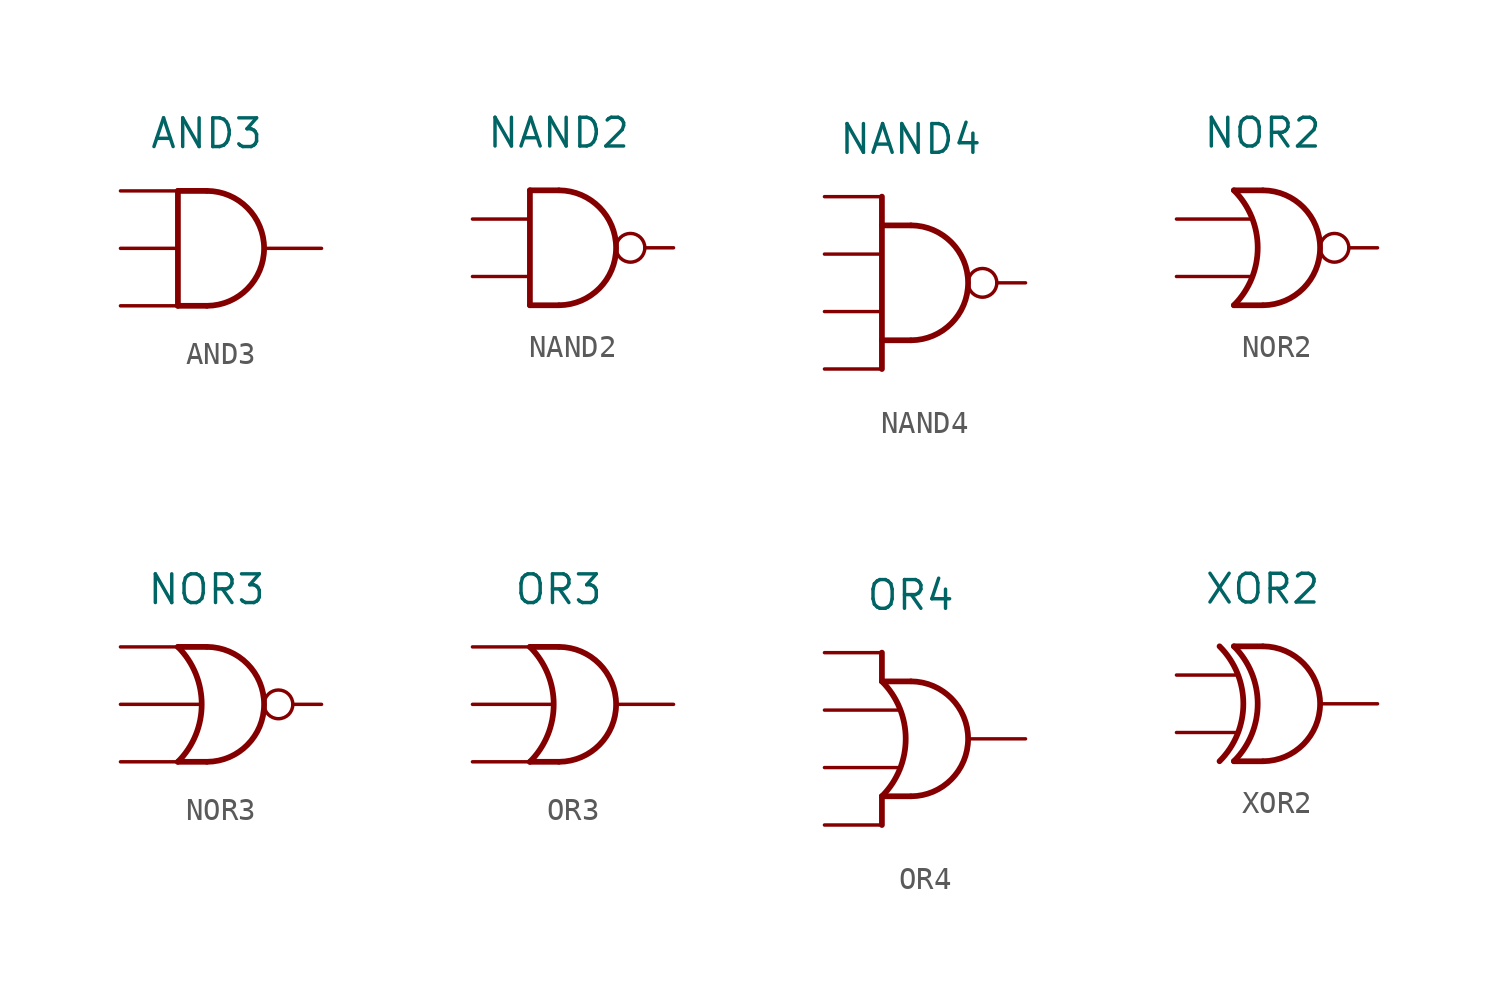
<source format=kicad_sym>
(kicad_symbol_lib
  (version 20211014)
  (generator kicad_symbol_editor)
  (symbol "AND3"
    (property "Reference" "U"
      (at 0 7.62 0)
      (effects (font (size 1.27 1.27)) hide))
    (property "Value" "AND3"
      (at 0 5.08 0)
      (effects (font (size 1.27 1.27))))
    (symbol "AND3_0_0"
      (polyline (pts (xy -1.27 2.54) (xy -1.27 -2.54)) (stroke (width 0.254) (type default) (color 0 0 0 0)) (fill (type none)))
      (polyline (pts (xy -1.27 2.54) (xy 0 2.54)) (stroke (width 0.254) (type default) (color 0 0 0 0)) (fill (type none)))
      (polyline (pts (xy 0 -2.54) (xy -1.27 -2.54)) (stroke (width 0.254) (type default) (color 0 0 0 0)) (fill (type none)))
      (arc (start 0.0225 -2.54) (mid 2.5401 0) (end 0.0225 2.54) (stroke (width 0.254) (type default) (color 0 0 0 0)) (fill (type none))))
    (symbol "AND3_1_1"
      (pin input line (at -3.81 -2.54 0) (length 2.54) (name "" (effects (font (size 1.27 1.27)))) (number "" (effects (font (size 1.27 1.27)))))
      (pin input line (at -3.81 0 0) (length 2.54) (name "" (effects (font (size 1.27 1.27)))) (number "" (effects (font (size 1.27 1.27)))))
      (pin input line (at -3.81 2.54 0) (length 2.54) (name "" (effects (font (size 1.27 1.27)))) (number "" (effects (font (size 1.27 1.27)))))
      (pin output line (at 5.08 0 180) (length 2.54) (name "" (effects (font (size 1.27 1.27)))) (number "" (effects (font (size 1.27 1.27)))))))
  (symbol "NAND2"
    (property "Reference" "U"
      (at 0 7.62 0)
      (effects (font (size 1.27 1.27)) hide))
    (property "Value" "NAND2"
      (at 0 5.08 0)
      (effects (font (size 1.27 1.27))))
    (symbol "NAND2_0_0"
      (polyline (pts (xy -1.27 2.54) (xy -1.27 -2.54)) (stroke (width 0.254) (type default) (color 0 0 0 0)) (fill (type none)))
      (polyline (pts (xy -1.27 2.54) (xy 0 2.54)) (stroke (width 0.254) (type default) (color 0 0 0 0)) (fill (type none)))
      (polyline (pts (xy 0 -2.54) (xy -1.27 -2.54)) (stroke (width 0.254) (type default) (color 0 0 0 0)) (fill (type none)))
      (arc (start 0.0225 -2.54) (mid 2.5401 0) (end 0.0225 2.54) (stroke (width 0.254) (type default) (color 0 0 0 0)) (fill (type none))))
    (symbol "NAND2_1_1"
      (pin input line (at -3.81 -1.27 0) (length 2.54) (name "" (effects (font (size 1.27 1.27)))) (number "" (effects (font (size 1.27 1.27)))))
      (pin input line (at -3.81 1.27 0) (length 2.54) (name "" (effects (font (size 1.27 1.27)))) (number "" (effects (font (size 1.27 1.27)))))
      (pin output inverted (at 5.08 0 180) (length 2.54) (name "" (effects (font (size 1.27 1.27)))) (number "" (effects (font (size 1.27 1.27)))))))
  (symbol "NAND4"
    (property "Reference" "U"
      (at 0 8.89 0)
      (effects (font (size 1.27 1.27)) hide))
    (property "Value" "NAND4"
      (at 0 6.35 0)
      (effects (font (size 1.27 1.27))))
    (symbol "NAND4_0_0"
      (polyline (pts (xy -1.27 2.54) (xy 0 2.54)) (stroke (width 0.254) (type default) (color 0 0 0 0)) (fill (type none)))
      (polyline (pts (xy -1.27 3.81) (xy -1.27 -3.81)) (stroke (width 0.254) (type default) (color 0 0 0 0)) (fill (type none)))
      (polyline (pts (xy 0 -2.54) (xy -1.27 -2.54)) (stroke (width 0.254) (type default) (color 0 0 0 0)) (fill (type none)))
      (arc (start 0.0225 -2.54) (mid 2.5401 0) (end 0.0225 2.54) (stroke (width 0.254) (type default) (color 0 0 0 0)) (fill (type none))))
    (symbol "NAND4_1_1"
      (pin input line (at -3.81 -3.81 0) (length 2.54) (name "" (effects (font (size 1.27 1.27)))) (number "" (effects (font (size 1.27 1.27)))))
      (pin input line (at -3.81 -1.27 0) (length 2.54) (name "" (effects (font (size 1.27 1.27)))) (number "" (effects (font (size 1.27 1.27)))))
      (pin input line (at -3.81 1.27 0) (length 2.54) (name "" (effects (font (size 1.27 1.27)))) (number "" (effects (font (size 1.27 1.27)))))
      (pin input line (at -3.81 3.81 0) (length 2.54) (name "" (effects (font (size 1.27 1.27)))) (number "" (effects (font (size 1.27 1.27)))))
      (pin output inverted (at 5.08 0 180) (length 2.54) (name "" (effects (font (size 1.27 1.27)))) (number "" (effects (font (size 1.27 1.27)))))))
  (symbol "NOR2"
    (property "Reference" "U"
      (at 0 7.62 0)
      (effects (font (size 1.27 1.27)) hide))
    (property "Value" "NOR2"
      (at 0 5.08 0)
      (effects (font (size 1.27 1.27))))
    (symbol "NOR2_0_0"
      (arc (start -1.27 -2.54) (mid -0.2179 0) (end -1.27 2.54) (stroke (width 0.254) (type default) (color 0 0 0 0)) (fill (type none)))
      (polyline (pts (xy -1.27 2.54) (xy 0 2.54)) (stroke (width 0.254) (type default) (color 0 0 0 0)) (fill (type none)))
      (polyline (pts (xy 0 -2.54) (xy -1.27 -2.54)) (stroke (width 0.254) (type default) (color 0 0 0 0)) (fill (type none)))
      (arc (start 0.0225 -2.54) (mid 2.5401 0) (end 0.0225 2.54) (stroke (width 0.254) (type default) (color 0 0 0 0)) (fill (type none))))
    (symbol "NOR2_1_1"
      (pin input line (at -3.81 -1.27 0) (length 3.36) (name "" (effects (font (size 1.27 1.27)))) (number "" (effects (font (size 1.27 1.27)))))
      (pin input line (at -3.81 1.27 0) (length 3.36) (name "" (effects (font (size 1.27 1.27)))) (number "" (effects (font (size 1.27 1.27)))))
      (pin output inverted (at 5.08 0 180) (length 2.54) (name "" (effects (font (size 1.27 1.27)))) (number "" (effects (font (size 1.27 1.27)))))))
  (symbol "NOR3"
    (property "Reference" "U"
      (at 0 7.62 0)
      (effects (font (size 1.27 1.27)) hide))
    (property "Value" "NOR3"
      (at 0 5.08 0)
      (effects (font (size 1.27 1.27))))
    (symbol "NOR3_0_0"
      (arc (start -1.27 -2.54) (mid -0.2179 0) (end -1.27 2.54) (stroke (width 0.254) (type default) (color 0 0 0 0)) (fill (type none)))
      (polyline (pts (xy -1.27 2.54) (xy 0 2.54)) (stroke (width 0.254) (type default) (color 0 0 0 0)) (fill (type none)))
      (polyline (pts (xy 0 -2.54) (xy -1.27 -2.54)) (stroke (width 0.254) (type default) (color 0 0 0 0)) (fill (type none)))
      (arc (start 0.0225 -2.54) (mid 2.5401 0) (end 0.0225 2.54) (stroke (width 0.254) (type default) (color 0 0 0 0)) (fill (type none))))
    (symbol "NOR3_1_1"
      (pin input line (at -3.81 -2.54 0) (length 2.54) (name "" (effects (font (size 1.27 1.27)))) (number "" (effects (font (size 1.27 1.27)))))
      (pin input line (at -3.81 0 0) (length 3.6) (name "" (effects (font (size 1.27 1.27)))) (number "" (effects (font (size 1.27 1.27)))))
      (pin input line (at -3.81 2.54 0) (length 2.54) (name "" (effects (font (size 1.27 1.27)))) (number "" (effects (font (size 1.27 1.27)))))
      (pin output inverted (at 5.08 0 180) (length 2.54) (name "" (effects (font (size 1.27 1.27)))) (number "" (effects (font (size 1.27 1.27)))))))
  (symbol "OR3"
    (property "Reference" "U"
      (at 0 7.62 0)
      (effects (font (size 1.27 1.27)) hide))
    (property "Value" "OR3"
      (at 0 5.08 0)
      (effects (font (size 1.27 1.27))))
    (symbol "OR3_0_0"
      (arc (start -1.27 -2.54) (mid -0.2179 0) (end -1.27 2.54) (stroke (width 0.254) (type default) (color 0 0 0 0)) (fill (type none)))
      (polyline (pts (xy -1.27 2.54) (xy 0 2.54)) (stroke (width 0.254) (type default) (color 0 0 0 0)) (fill (type none)))
      (polyline (pts (xy 0 -2.54) (xy -1.27 -2.54)) (stroke (width 0.254) (type default) (color 0 0 0 0)) (fill (type none)))
      (arc (start 0.0225 -2.54) (mid 2.5401 0) (end 0.0225 2.54) (stroke (width 0.254) (type default) (color 0 0 0 0)) (fill (type none))))
    (symbol "OR3_1_1"
      (pin input line (at -3.81 -2.54 0) (length 2.54) (name "" (effects (font (size 1.27 1.27)))) (number "" (effects (font (size 1.27 1.27)))))
      (pin input line (at -3.81 0 0) (length 3.6) (name "" (effects (font (size 1.27 1.27)))) (number "" (effects (font (size 1.27 1.27)))))
      (pin input line (at -3.81 2.54 0) (length 2.54) (name "" (effects (font (size 1.27 1.27)))) (number "" (effects (font (size 1.27 1.27)))))
      (pin output line (at 5.08 0 180) (length 2.54) (name "" (effects (font (size 1.27 1.27)))) (number "" (effects (font (size 1.27 1.27)))))))
  (symbol "OR4"
    (property "Reference" "U"
      (at 0 8.89 0)
      (effects (font (size 1.27 1.27)) hide))
    (property "Value" "OR4"
      (at 0 6.35 0)
      (effects (font (size 1.27 1.27))))
    (symbol "OR4_0_0"
      (arc (start -1.27 -2.54) (mid -0.2179 0) (end -1.27 2.54) (stroke (width 0.254) (type default) (color 0 0 0 0)) (fill (type none)))
      (polyline (pts (xy -1.27 -2.54) (xy -1.27 -3.81)) (stroke (width 0.254) (type default) (color 0 0 0 0)) (fill (type none)))
      (polyline (pts (xy -1.27 2.54) (xy 0 2.54)) (stroke (width 0.254) (type default) (color 0 0 0 0)) (fill (type none)))
      (polyline (pts (xy -1.27 3.81) (xy -1.27 2.54)) (stroke (width 0.254) (type default) (color 0 0 0 0)) (fill (type none)))
      (polyline (pts (xy 0 -2.54) (xy -1.27 -2.54)) (stroke (width 0.254) (type default) (color 0 0 0 0)) (fill (type none)))
      (arc (start 0.0225 -2.54) (mid 2.5401 0) (end 0.0225 2.54) (stroke (width 0.254) (type default) (color 0 0 0 0)) (fill (type none))))
    (symbol "OR4_1_1"
      (pin input line (at -3.81 -3.81 0) (length 2.54) (name "" (effects (font (size 1.27 1.27)))) (number "" (effects (font (size 1.27 1.27)))))
      (pin input line (at -3.81 -1.27 0) (length 3.36) (name "" (effects (font (size 1.27 1.27)))) (number "" (effects (font (size 1.27 1.27)))))
      (pin input line (at -3.81 1.27 0) (length 3.36) (name "" (effects (font (size 1.27 1.27)))) (number "" (effects (font (size 1.27 1.27)))))
      (pin input line (at -3.81 3.81 0) (length 2.54) (name "" (effects (font (size 1.27 1.27)))) (number "" (effects (font (size 1.27 1.27)))))
      (pin output line (at 5.08 0 180) (length 2.54) (name "" (effects (font (size 1.27 1.27)))) (number "" (effects (font (size 1.27 1.27)))))))
  (symbol "XOR2"
    (property "Reference" "U"
      (at 0 7.62 0)
      (effects (font (size 1.27 1.27)) hide))
    (property "Value" "XOR2"
      (at 0 5.08 0)
      (effects (font (size 1.27 1.27))))
    (symbol "XOR2_0_0"
      (arc (start -1.905 -2.54) (mid -0.8529 0) (end -1.905 2.54) (stroke (width 0.254) (type default) (color 0 0 0 0)) (fill (type none)))
      (arc (start -1.27 -2.54) (mid -0.2179 0) (end -1.27 2.54) (stroke (width 0.254) (type default) (color 0 0 0 0)) (fill (type none)))
      (polyline (pts (xy -1.27 2.54) (xy 0 2.54)) (stroke (width 0.254) (type default) (color 0 0 0 0)) (fill (type none)))
      (polyline (pts (xy 0 -2.54) (xy -1.27 -2.54)) (stroke (width 0.254) (type default) (color 0 0 0 0)) (fill (type none)))
      (arc (start 0.0225 -2.54) (mid 2.5401 0) (end 0.0225 2.54) (stroke (width 0.254) (type default) (color 0 0 0 0)) (fill (type none))))
    (symbol "XOR2_1_1"
      (pin input line (at -3.81 -1.27 0) (length 2.6) (name "" (effects (font (size 1.27 1.27)))) (number "" (effects (font (size 1.27 1.27)))))
      (pin input line (at -3.81 1.27 0) (length 2.6) (name "" (effects (font (size 1.27 1.27)))) (number "" (effects (font (size 1.27 1.27)))))
      (pin output line (at 5.08 0 180) (length 2.54) (name "" (effects (font (size 1.27 1.27)))) (number "" (effects (font (size 1.27 1.27))))))))
</source>
